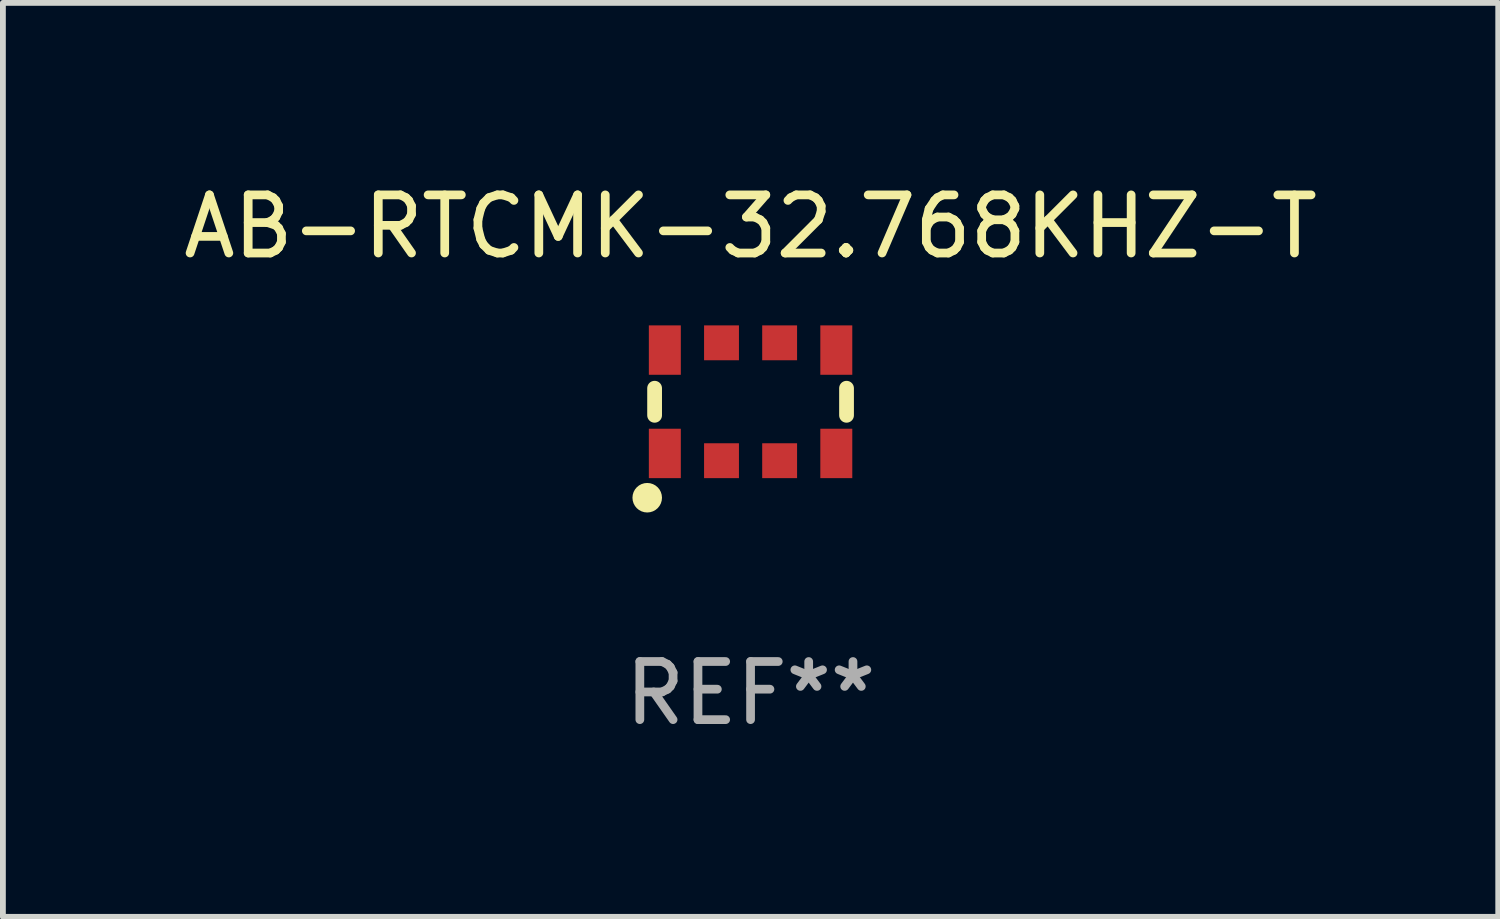
<source format=kicad_pcb>
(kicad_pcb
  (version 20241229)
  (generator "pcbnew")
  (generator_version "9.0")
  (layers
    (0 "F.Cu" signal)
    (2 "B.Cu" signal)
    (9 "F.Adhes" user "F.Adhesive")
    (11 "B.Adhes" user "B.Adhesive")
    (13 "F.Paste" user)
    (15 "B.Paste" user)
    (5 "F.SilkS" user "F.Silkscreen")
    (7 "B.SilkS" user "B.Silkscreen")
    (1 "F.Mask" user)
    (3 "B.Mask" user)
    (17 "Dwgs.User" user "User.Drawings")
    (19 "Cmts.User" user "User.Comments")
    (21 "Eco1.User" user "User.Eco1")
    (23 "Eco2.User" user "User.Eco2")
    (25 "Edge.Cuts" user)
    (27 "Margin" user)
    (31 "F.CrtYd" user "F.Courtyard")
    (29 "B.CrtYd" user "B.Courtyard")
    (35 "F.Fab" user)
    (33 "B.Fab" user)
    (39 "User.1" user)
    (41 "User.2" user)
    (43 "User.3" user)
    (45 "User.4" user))
  (footprint "AB-RTCMK-32.768KHZ-T"
    (layer "F.Cu")
    (at 9.863 3.862)
    (property "Reference" "AB-RTCMK-32.768KHZ-T" (at 0 -3.014 0) (layer "F.SilkS") (effects (font (size 1 1) (thickness 0.15))))
    (attr through_hole)
    (fp_line (start -1.651 -0.233) (end -1.651 0.233) (stroke (width 0.254) (type solid)) (layer "F.SilkS"))
    (fp_line (start 1.651 -0.233) (end 1.651 0.233) (stroke (width 0.254) (type solid)) (layer "F.SilkS"))
    (fp_circle (center -1.778 1.651) (end -1.651 1.651) (stroke (width 0.254) (type solid)) (fill no) (layer "F.SilkS"))
    (fp_text user "REF**" (at 0 5.014 0) (layer "F.Fab") (effects (font (size 1 1) (thickness 0.15))))
    (pad "1" smd rect (at -1.475 0.889) (size 0.55 0.85) (layers "F.Cu" "F.Mask" "F.Paste"))
    (pad "2" smd rect (at -0.5 1.014) (size 0.6 0.6) (layers "F.Cu" "F.Mask" "F.Paste"))
    (pad "3" smd rect (at 0.5 1.014) (size 0.6 0.6) (layers "F.Cu" "F.Mask" "F.Paste"))
    (pad "4" smd rect (at 1.475 0.889) (size 0.55 0.85) (layers "F.Cu" "F.Mask" "F.Paste"))
    (pad "5" smd rect (at 1.475 -0.889) (size 0.55 0.85) (layers "F.Cu" "F.Mask" "F.Paste"))
    (pad "6" smd rect (at 0.5 -1.014) (size 0.6 0.6) (layers "F.Cu" "F.Mask" "F.Paste"))
    (pad "7" smd rect (at -0.5 -1.014) (size 0.6 0.6) (layers "F.Cu" "F.Mask" "F.Paste"))
    (pad "8" smd rect (at -1.475 -0.889) (size 0.55 0.85) (layers "F.Cu" "F.Mask" "F.Paste")))
  (gr_rect
    (start -3 -3)
    (end 22.726 12.724)
    (stroke (width 0.1) (type default))
    (fill no)
    (layer "Edge.Cuts")))
</source>
